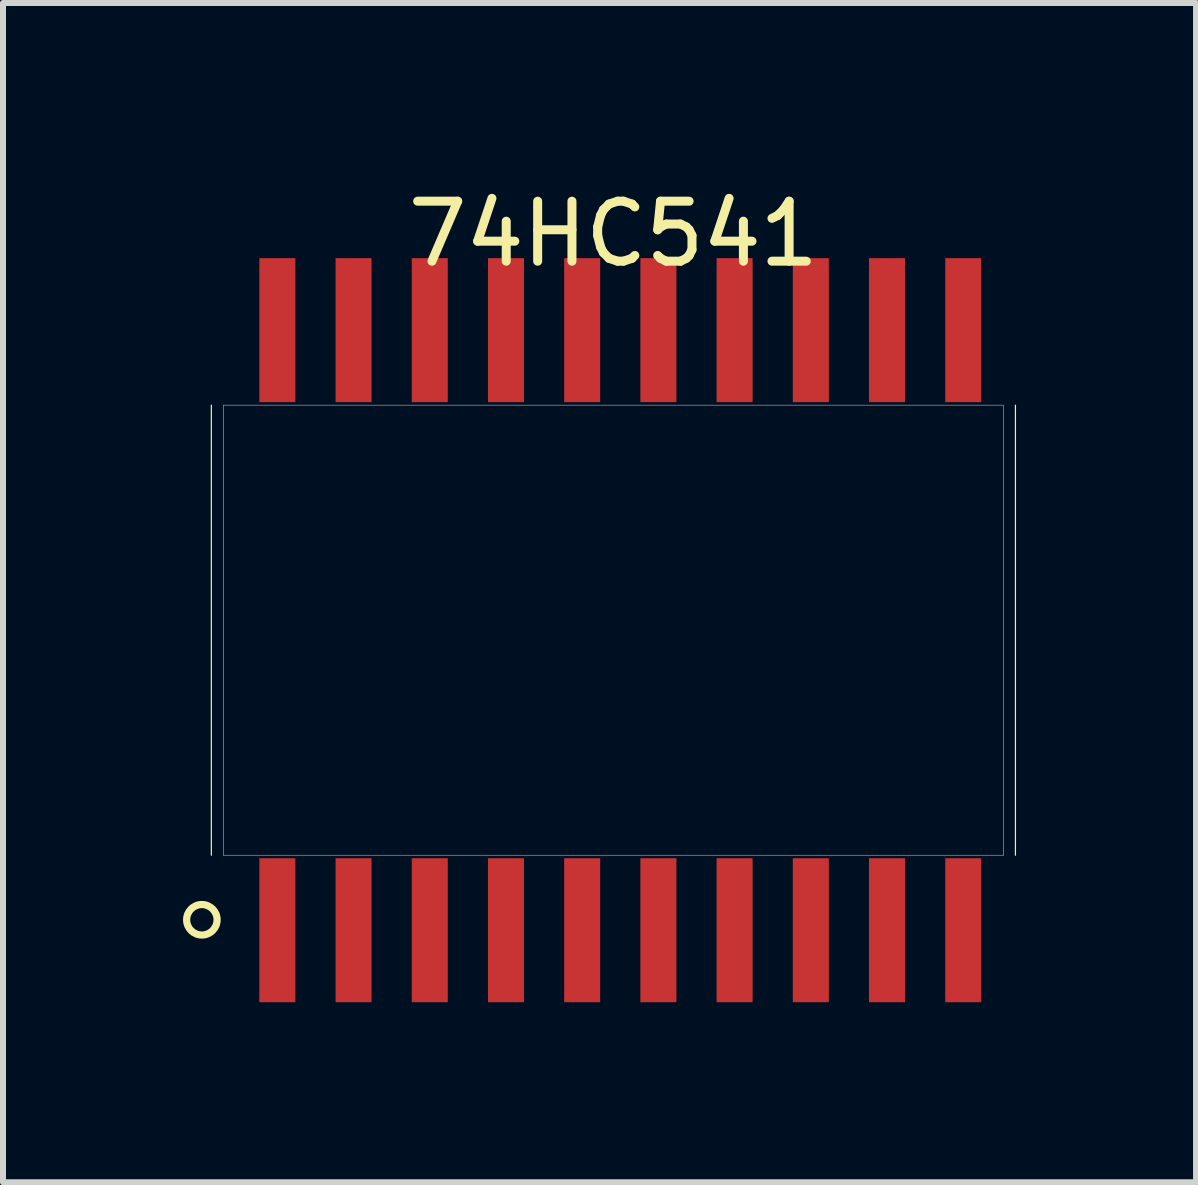
<source format=kicad_pcb>
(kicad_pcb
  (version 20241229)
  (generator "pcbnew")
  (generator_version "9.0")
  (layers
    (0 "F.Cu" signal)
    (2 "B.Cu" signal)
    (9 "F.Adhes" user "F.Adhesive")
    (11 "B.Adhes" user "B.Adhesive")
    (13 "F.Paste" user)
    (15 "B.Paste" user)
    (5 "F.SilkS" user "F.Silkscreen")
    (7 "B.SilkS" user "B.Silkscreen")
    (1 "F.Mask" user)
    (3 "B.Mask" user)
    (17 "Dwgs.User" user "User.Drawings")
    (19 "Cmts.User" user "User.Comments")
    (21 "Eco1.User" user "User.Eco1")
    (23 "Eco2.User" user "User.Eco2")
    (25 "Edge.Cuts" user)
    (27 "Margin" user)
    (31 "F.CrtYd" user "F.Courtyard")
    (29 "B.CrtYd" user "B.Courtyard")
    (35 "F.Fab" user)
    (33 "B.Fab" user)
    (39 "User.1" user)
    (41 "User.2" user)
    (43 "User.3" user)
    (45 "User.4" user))
  (footprint "74HC541"
    (layer "F.Cu")
    (at 7.172 7.452)
    (property "Reference" "74HC541" (at 0 -6.604 0) (layer "F.SilkS") (effects (font (size 1 1) (thickness 0.15))))
    (attr through_hole)
    (fp_line (start -6.7 -3.75) (end -6.7 3.75) (stroke (width 0.02) (type solid)) (layer "F.SilkS"))
    (fp_line (start 6.7 -3.75) (end 6.7 3.75) (stroke (width 0.02) (type solid)) (layer "F.SilkS"))
    (fp_circle (center -6.858 4.826) (end -6.604 4.826) (stroke (width 0.12) (type solid)) (fill no) (layer "F.SilkS"))
    (fp_line (start -6.5 -3.75) (end -6.5 3.75) (stroke (width 0.01) (type solid)) (layer "F.Fab"))
    (fp_line (start -6.5 -3.75) (end 6.5 -3.75) (stroke (width 0.01) (type solid)) (layer "F.Fab"))
    (fp_line (start -6.5 3.75) (end 6.5 3.75) (stroke (width 0.01) (type solid)) (layer "F.Fab"))
    (fp_line (start 6.5 -3.75) (end 6.5 3.75) (stroke (width 0.01) (type solid)) (layer "F.Fab"))
    (pad "1" smd rect (at -5.6 5) (size 0.6 2.4) (layers "F.Cu" "F.Mask" "F.Paste"))
    (pad "2" smd rect (at -4.33 5) (size 0.6 2.4) (layers "F.Cu" "F.Mask" "F.Paste"))
    (pad "3" smd rect (at -3.06 5) (size 0.6 2.4) (layers "F.Cu" "F.Mask" "F.Paste"))
    (pad "4" smd rect (at -1.79 5) (size 0.6 2.4) (layers "F.Cu" "F.Mask" "F.Paste"))
    (pad "5" smd rect (at -0.52 5) (size 0.6 2.4) (layers "F.Cu" "F.Mask" "F.Paste"))
    (pad "6" smd rect (at 0.75 5) (size 0.6 2.4) (layers "F.Cu" "F.Mask" "F.Paste"))
    (pad "7" smd rect (at 2.02 5) (size 0.6 2.4) (layers "F.Cu" "F.Mask" "F.Paste"))
    (pad "8" smd rect (at 3.29 5) (size 0.6 2.4) (layers "F.Cu" "F.Mask" "F.Paste"))
    (pad "9" smd rect (at 4.56 5) (size 0.6 2.4) (layers "F.Cu" "F.Mask" "F.Paste"))
    (pad "10" smd rect (at 5.83 5) (size 0.6 2.4) (layers "F.Cu" "F.Mask" "F.Paste"))
    (pad "11" smd rect (at 5.83 -5) (size 0.6 2.4) (layers "F.Cu" "F.Mask" "F.Paste"))
    (pad "12" smd rect (at 4.56 -5) (size 0.6 2.4) (layers "F.Cu" "F.Mask" "F.Paste"))
    (pad "13" smd rect (at 3.29 -5) (size 0.6 2.4) (layers "F.Cu" "F.Mask" "F.Paste"))
    (pad "14" smd rect (at 2.02 -5) (size 0.6 2.4) (layers "F.Cu" "F.Mask" "F.Paste"))
    (pad "15" smd rect (at 0.75 -5) (size 0.6 2.4) (layers "F.Cu" "F.Mask" "F.Paste"))
    (pad "16" smd rect (at -0.52 -5) (size 0.6 2.4) (layers "F.Cu" "F.Mask" "F.Paste"))
    (pad "17" smd rect (at -1.79 -5) (size 0.6 2.4) (layers "F.Cu" "F.Mask" "F.Paste"))
    (pad "18" smd rect (at -3.06 -5) (size 0.6 2.4) (layers "F.Cu" "F.Mask" "F.Paste"))
    (pad "19" smd rect (at -4.33 -5) (size 0.6 2.4) (layers "F.Cu" "F.Mask" "F.Paste"))
    (pad "20" smd rect (at -5.6 -5) (size 0.6 2.4) (layers "F.Cu" "F.Mask" "F.Paste")))
  (gr_rect
    (start -3 -3)
    (end 16.882 16.652)
    (stroke (width 0.1) (type default))
    (fill no)
    (layer "Edge.Cuts")))
</source>
